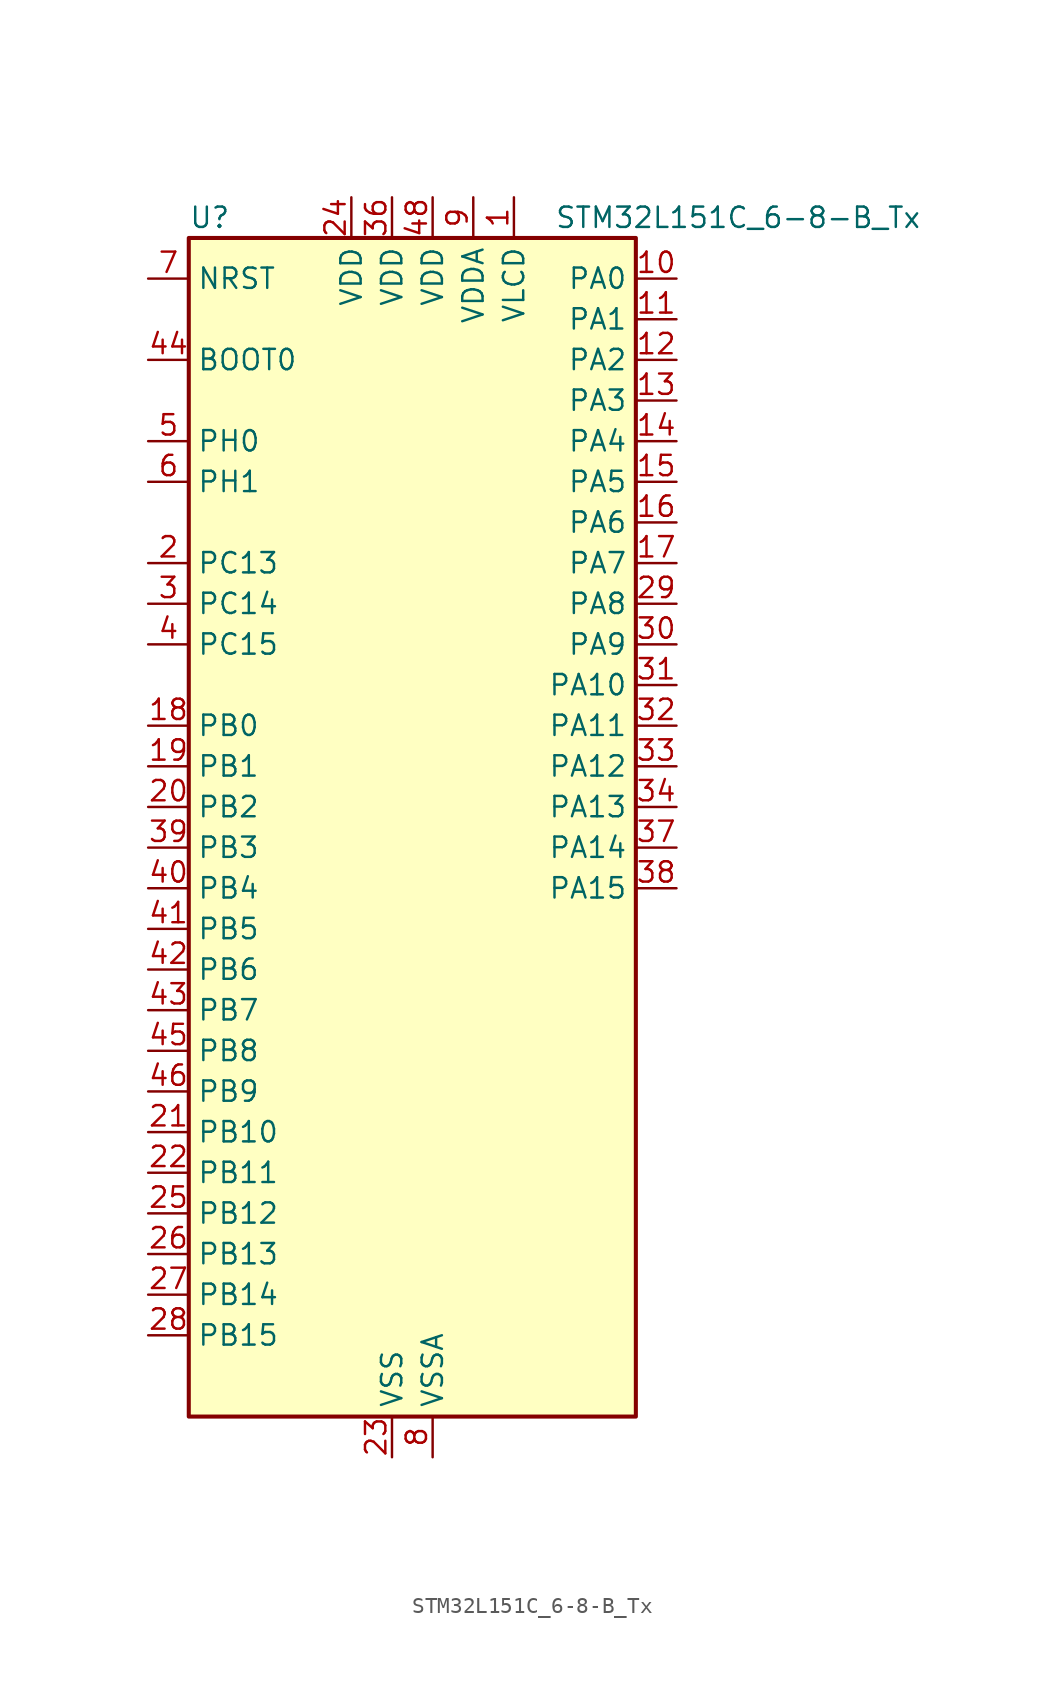
<source format=kicad_sym>
(kicad_symbol_lib
  (version 20220914)
  (generator kicad_symbol_editor)
  (symbol "STM32L151C_6-8-B_Tx"
    (property "Reference" "U"
      (at -12.7 39.37 0)
      (effects (font (size 1.27 1.27)) (justify left)))
    (property "Value" "STM32L151C_6-8-B_Tx"
      (at 10.16 39.37 0)
      (effects (font (size 1.27 1.27)) (justify left)))
    (property "ki_locked" ""
      (at 0 0 0)
      (effects (font (size 1.27 1.27))))
    (symbol "STM32L151C_6-8-B_Tx_0_1"
      (rectangle (start -12.7 -35.56) (end 15.24 38.1) (stroke (width 0.254) (type default)) (fill (type background))))
    (symbol "STM32L151C_6-8-B_Tx_1_1"
      (pin power_in line (at 7.62 40.64 270) (length 2.54) (name "VLCD" (effects (font (size 1.27 1.27)))) (number "1" (effects (font (size 1.27 1.27)))))
      (pin bidirectional line (at 17.78 35.56 180) (length 2.54) (name "PA0" (effects (font (size 1.27 1.27)))) (number "10" (effects (font (size 1.27 1.27)))) (alternate "ADC_IN0" bidirectional line) (alternate "COMP1_INP" bidirectional line) (alternate "SYS_WKUP1" bidirectional line) (alternate "TIM2_CH1" bidirectional line) (alternate "TIM2_ETR" bidirectional line) (alternate "TIMX_IC1" bidirectional line) (alternate "TS_G1_IO1" bidirectional line) (alternate "USART2_CTS" bidirectional line))
      (pin bidirectional line (at 17.78 33.02 180) (length 2.54) (name "PA1" (effects (font (size 1.27 1.27)))) (number "11" (effects (font (size 1.27 1.27)))) (alternate "ADC_IN1" bidirectional line) (alternate "COMP1_INP" bidirectional line) (alternate "TIM2_CH2" bidirectional line) (alternate "TIMX_IC2" bidirectional line) (alternate "TS_G1_IO2" bidirectional line) (alternate "USART2_RTS" bidirectional line))
      (pin bidirectional line (at 17.78 30.48 180) (length 2.54) (name "PA2" (effects (font (size 1.27 1.27)))) (number "12" (effects (font (size 1.27 1.27)))) (alternate "ADC_IN2" bidirectional line) (alternate "COMP1_INP" bidirectional line) (alternate "TIM2_CH3" bidirectional line) (alternate "TIM9_CH1" bidirectional line) (alternate "TIMX_IC3" bidirectional line) (alternate "TS_G1_IO3" bidirectional line) (alternate "USART2_TX" bidirectional line))
      (pin bidirectional line (at 17.78 27.94 180) (length 2.54) (name "PA3" (effects (font (size 1.27 1.27)))) (number "13" (effects (font (size 1.27 1.27)))) (alternate "ADC_IN3" bidirectional line) (alternate "COMP1_INP" bidirectional line) (alternate "TIM2_CH4" bidirectional line) (alternate "TIM9_CH2" bidirectional line) (alternate "TIMX_IC4" bidirectional line) (alternate "TS_G1_IO4" bidirectional line) (alternate "USART2_RX" bidirectional line))
      (pin bidirectional line (at 17.78 25.4 180) (length 2.54) (name "PA4" (effects (font (size 1.27 1.27)))) (number "14" (effects (font (size 1.27 1.27)))) (alternate "ADC_IN4" bidirectional line) (alternate "COMP1_INP" bidirectional line) (alternate "DAC_OUT1" bidirectional line) (alternate "SPI1_NSS" bidirectional line) (alternate "TIMX_IC1" bidirectional line) (alternate "USART2_CK" bidirectional line))
      (pin bidirectional line (at 17.78 22.86 180) (length 2.54) (name "PA5" (effects (font (size 1.27 1.27)))) (number "15" (effects (font (size 1.27 1.27)))) (alternate "ADC_IN5" bidirectional line) (alternate "COMP1_INP" bidirectional line) (alternate "DAC_OUT2" bidirectional line) (alternate "SPI1_SCK" bidirectional line) (alternate "TIM2_CH1" bidirectional line) (alternate "TIM2_ETR" bidirectional line) (alternate "TIMX_IC2" bidirectional line))
      (pin bidirectional line (at 17.78 20.32 180) (length 2.54) (name "PA6" (effects (font (size 1.27 1.27)))) (number "16" (effects (font (size 1.27 1.27)))) (alternate "ADC_IN6" bidirectional line) (alternate "COMP1_INP" bidirectional line) (alternate "SPI1_MISO" bidirectional line) (alternate "TIM10_CH1" bidirectional line) (alternate "TIM3_CH1" bidirectional line) (alternate "TIMX_IC3" bidirectional line) (alternate "TS_G2_IO1" bidirectional line))
      (pin bidirectional line (at 17.78 17.78 180) (length 2.54) (name "PA7" (effects (font (size 1.27 1.27)))) (number "17" (effects (font (size 1.27 1.27)))) (alternate "ADC_IN7" bidirectional line) (alternate "COMP1_INP" bidirectional line) (alternate "SPI1_MOSI" bidirectional line) (alternate "TIM11_CH1" bidirectional line) (alternate "TIM3_CH2" bidirectional line) (alternate "TIMX_IC4" bidirectional line) (alternate "TS_G2_IO2" bidirectional line))
      (pin bidirectional line (at -15.24 7.62 0) (length 2.54) (name "PB0" (effects (font (size 1.27 1.27)))) (number "18" (effects (font (size 1.27 1.27)))) (alternate "ADC_IN8" bidirectional line) (alternate "COMP1_INP" bidirectional line) (alternate "SYS_V_REF_OUT" bidirectional line) (alternate "TIM3_CH3" bidirectional line) (alternate "TS_G3_IO1" bidirectional line))
      (pin bidirectional line (at -15.24 5.08 0) (length 2.54) (name "PB1" (effects (font (size 1.27 1.27)))) (number "19" (effects (font (size 1.27 1.27)))) (alternate "ADC_IN9" bidirectional line) (alternate "COMP1_INP" bidirectional line) (alternate "SYS_V_REF_OUT" bidirectional line) (alternate "TIM3_CH4" bidirectional line) (alternate "TS_G3_IO2" bidirectional line))
      (pin bidirectional line (at -15.24 17.78 0) (length 2.54) (name "PC13" (effects (font (size 1.27 1.27)))) (number "2" (effects (font (size 1.27 1.27)))) (alternate "RTC_OUT_ALARM" bidirectional line) (alternate "RTC_OUT_CALIB" bidirectional line) (alternate "RTC_TAMP1" bidirectional line) (alternate "RTC_TS" bidirectional line) (alternate "SYS_WKUP2" bidirectional line) (alternate "TIMX_IC2" bidirectional line))
      (pin bidirectional line (at -15.24 2.54 0) (length 2.54) (name "PB2" (effects (font (size 1.27 1.27)))) (number "20" (effects (font (size 1.27 1.27)))))
      (pin bidirectional line (at -15.24 -17.78 0) (length 2.54) (name "PB10" (effects (font (size 1.27 1.27)))) (number "21" (effects (font (size 1.27 1.27)))) (alternate "I2C2_SCL" bidirectional line) (alternate "TIM2_CH3" bidirectional line) (alternate "USART3_TX" bidirectional line))
      (pin bidirectional line (at -15.24 -20.32 0) (length 2.54) (name "PB11" (effects (font (size 1.27 1.27)))) (number "22" (effects (font (size 1.27 1.27)))) (alternate "ADC_EXTI11" bidirectional line) (alternate "I2C2_SDA" bidirectional line) (alternate "TIM2_CH4" bidirectional line) (alternate "USART3_RX" bidirectional line))
      (pin power_in line (at 0 -38.1 90) (length 2.54) (name "VSS" (effects (font (size 1.27 1.27)))) (number "23" (effects (font (size 1.27 1.27)))))
      (pin power_in line (at -2.54 40.64 270) (length 2.54) (name "VDD" (effects (font (size 1.27 1.27)))) (number "24" (effects (font (size 1.27 1.27)))))
      (pin bidirectional line (at -15.24 -22.86 0) (length 2.54) (name "PB12" (effects (font (size 1.27 1.27)))) (number "25" (effects (font (size 1.27 1.27)))) (alternate "ADC_IN18" bidirectional line) (alternate "COMP1_INP" bidirectional line) (alternate "I2C2_SMBA" bidirectional line) (alternate "SPI2_NSS" bidirectional line) (alternate "TIM10_CH1" bidirectional line) (alternate "TS_G7_IO1" bidirectional line) (alternate "USART3_CK" bidirectional line))
      (pin bidirectional line (at -15.24 -25.4 0) (length 2.54) (name "PB13" (effects (font (size 1.27 1.27)))) (number "26" (effects (font (size 1.27 1.27)))) (alternate "ADC_IN19" bidirectional line) (alternate "COMP1_INP" bidirectional line) (alternate "SPI2_SCK" bidirectional line) (alternate "TIM9_CH1" bidirectional line) (alternate "TS_G7_IO2" bidirectional line) (alternate "USART3_CTS" bidirectional line))
      (pin bidirectional line (at -15.24 -27.94 0) (length 2.54) (name "PB14" (effects (font (size 1.27 1.27)))) (number "27" (effects (font (size 1.27 1.27)))) (alternate "ADC_IN20" bidirectional line) (alternate "COMP1_INP" bidirectional line) (alternate "SPI2_MISO" bidirectional line) (alternate "TIM9_CH2" bidirectional line) (alternate "TS_G7_IO3" bidirectional line) (alternate "USART3_RTS" bidirectional line))
      (pin bidirectional line (at -15.24 -30.48 0) (length 2.54) (name "PB15" (effects (font (size 1.27 1.27)))) (number "28" (effects (font (size 1.27 1.27)))) (alternate "ADC_EXTI15" bidirectional line) (alternate "ADC_IN21" bidirectional line) (alternate "COMP1_INP" bidirectional line) (alternate "RTC_REFIN" bidirectional line) (alternate "SPI2_MOSI" bidirectional line) (alternate "TIM11_CH1" bidirectional line) (alternate "TS_G7_IO4" bidirectional line))
      (pin bidirectional line (at 17.78 15.24 180) (length 2.54) (name "PA8" (effects (font (size 1.27 1.27)))) (number "29" (effects (font (size 1.27 1.27)))) (alternate "RCC_MCO" bidirectional line) (alternate "TIMX_IC1" bidirectional line) (alternate "TS_G4_IO1" bidirectional line) (alternate "USART1_CK" bidirectional line))
      (pin bidirectional line (at -15.24 15.24 0) (length 2.54) (name "PC14" (effects (font (size 1.27 1.27)))) (number "3" (effects (font (size 1.27 1.27)))) (alternate "RCC_OSC32_IN" bidirectional line) (alternate "TIMX_IC3" bidirectional line))
      (pin bidirectional line (at 17.78 12.7 180) (length 2.54) (name "PA9" (effects (font (size 1.27 1.27)))) (number "30" (effects (font (size 1.27 1.27)))) (alternate "DAC_EXTI9" bidirectional line) (alternate "TIMX_IC2" bidirectional line) (alternate "TS_G4_IO2" bidirectional line) (alternate "USART1_TX" bidirectional line))
      (pin bidirectional line (at 17.78 10.16 180) (length 2.54) (name "PA10" (effects (font (size 1.27 1.27)))) (number "31" (effects (font (size 1.27 1.27)))) (alternate "TIMX_IC3" bidirectional line) (alternate "TS_G4_IO3" bidirectional line) (alternate "USART1_RX" bidirectional line))
      (pin bidirectional line (at 17.78 7.62 180) (length 2.54) (name "PA11" (effects (font (size 1.27 1.27)))) (number "32" (effects (font (size 1.27 1.27)))) (alternate "ADC_EXTI11" bidirectional line) (alternate "SPI1_MISO" bidirectional line) (alternate "TIMX_IC4" bidirectional line) (alternate "USART1_CTS" bidirectional line) (alternate "USB_DM" bidirectional line))
      (pin bidirectional line (at 17.78 5.08 180) (length 2.54) (name "PA12" (effects (font (size 1.27 1.27)))) (number "33" (effects (font (size 1.27 1.27)))) (alternate "SPI1_MOSI" bidirectional line) (alternate "TIMX_IC1" bidirectional line) (alternate "USART1_RTS" bidirectional line) (alternate "USB_DP" bidirectional line))
      (pin bidirectional line (at 17.78 2.54 180) (length 2.54) (name "PA13" (effects (font (size 1.27 1.27)))) (number "34" (effects (font (size 1.27 1.27)))) (alternate "SYS_JTMS-SWDIO" bidirectional line) (alternate "TIMX_IC2" bidirectional line) (alternate "TS_G5_IO1" bidirectional line))
      (pin passive line (at 0 -38.1 90) (length 2.54) hide (name "VSS" (effects (font (size 1.27 1.27)))) (number "35" (effects (font (size 1.27 1.27)))))
      (pin power_in line (at 0 40.64 270) (length 2.54) (name "VDD" (effects (font (size 1.27 1.27)))) (number "36" (effects (font (size 1.27 1.27)))))
      (pin bidirectional line (at 17.78 0 180) (length 2.54) (name "PA14" (effects (font (size 1.27 1.27)))) (number "37" (effects (font (size 1.27 1.27)))) (alternate "SYS_JTCK-SWCLK" bidirectional line) (alternate "TIMX_IC3" bidirectional line) (alternate "TS_G5_IO2" bidirectional line))
      (pin bidirectional line (at 17.78 -2.54 180) (length 2.54) (name "PA15" (effects (font (size 1.27 1.27)))) (number "38" (effects (font (size 1.27 1.27)))) (alternate "ADC_EXTI15" bidirectional line) (alternate "SPI1_NSS" bidirectional line) (alternate "SYS_JTDI" bidirectional line) (alternate "TIM2_CH1" bidirectional line) (alternate "TIM2_ETR" bidirectional line) (alternate "TIMX_IC4" bidirectional line) (alternate "TS_G5_IO3" bidirectional line))
      (pin bidirectional line (at -15.24 0 0) (length 2.54) (name "PB3" (effects (font (size 1.27 1.27)))) (number "39" (effects (font (size 1.27 1.27)))) (alternate "COMP2_INM" bidirectional line) (alternate "SPI1_SCK" bidirectional line) (alternate "SYS_JTDO-TRACESWO" bidirectional line) (alternate "TIM2_CH2" bidirectional line))
      (pin bidirectional line (at -15.24 12.7 0) (length 2.54) (name "PC15" (effects (font (size 1.27 1.27)))) (number "4" (effects (font (size 1.27 1.27)))) (alternate "ADC_EXTI15" bidirectional line) (alternate "RCC_OSC32_OUT" bidirectional line) (alternate "TIMX_IC4" bidirectional line))
      (pin bidirectional line (at -15.24 -2.54 0) (length 2.54) (name "PB4" (effects (font (size 1.27 1.27)))) (number "40" (effects (font (size 1.27 1.27)))) (alternate "COMP2_INP" bidirectional line) (alternate "SPI1_MISO" bidirectional line) (alternate "SYS_JTRST" bidirectional line) (alternate "TIM3_CH1" bidirectional line) (alternate "TS_G6_IO1" bidirectional line))
      (pin bidirectional line (at -15.24 -5.08 0) (length 2.54) (name "PB5" (effects (font (size 1.27 1.27)))) (number "41" (effects (font (size 1.27 1.27)))) (alternate "COMP2_INP" bidirectional line) (alternate "I2C1_SMBA" bidirectional line) (alternate "SPI1_MOSI" bidirectional line) (alternate "TIM3_CH2" bidirectional line) (alternate "TS_G6_IO2" bidirectional line))
      (pin bidirectional line (at -15.24 -7.62 0) (length 2.54) (name "PB6" (effects (font (size 1.27 1.27)))) (number "42" (effects (font (size 1.27 1.27)))) (alternate "I2C1_SCL" bidirectional line) (alternate "TIM4_CH1" bidirectional line) (alternate "USART1_TX" bidirectional line))
      (pin bidirectional line (at -15.24 -10.16 0) (length 2.54) (name "PB7" (effects (font (size 1.27 1.27)))) (number "43" (effects (font (size 1.27 1.27)))) (alternate "I2C1_SDA" bidirectional line) (alternate "SYS_PVD_IN" bidirectional line) (alternate "TIM4_CH2" bidirectional line) (alternate "USART1_RX" bidirectional line))
      (pin input line (at -15.24 30.48 0) (length 2.54) (name "BOOT0" (effects (font (size 1.27 1.27)))) (number "44" (effects (font (size 1.27 1.27)))))
      (pin bidirectional line (at -15.24 -12.7 0) (length 2.54) (name "PB8" (effects (font (size 1.27 1.27)))) (number "45" (effects (font (size 1.27 1.27)))) (alternate "I2C1_SCL" bidirectional line) (alternate "TIM10_CH1" bidirectional line) (alternate "TIM4_CH3" bidirectional line))
      (pin bidirectional line (at -15.24 -15.24 0) (length 2.54) (name "PB9" (effects (font (size 1.27 1.27)))) (number "46" (effects (font (size 1.27 1.27)))) (alternate "DAC_EXTI9" bidirectional line) (alternate "I2C1_SDA" bidirectional line) (alternate "TIM11_CH1" bidirectional line) (alternate "TIM4_CH4" bidirectional line))
      (pin passive line (at 0 -38.1 90) (length 2.54) hide (name "VSS" (effects (font (size 1.27 1.27)))) (number "47" (effects (font (size 1.27 1.27)))))
      (pin power_in line (at 2.54 40.64 270) (length 2.54) (name "VDD" (effects (font (size 1.27 1.27)))) (number "48" (effects (font (size 1.27 1.27)))))
      (pin bidirectional line (at -15.24 25.4 0) (length 2.54) (name "PH0" (effects (font (size 1.27 1.27)))) (number "5" (effects (font (size 1.27 1.27)))) (alternate "RCC_OSC_IN" bidirectional line))
      (pin bidirectional line (at -15.24 22.86 0) (length 2.54) (name "PH1" (effects (font (size 1.27 1.27)))) (number "6" (effects (font (size 1.27 1.27)))) (alternate "RCC_OSC_OUT" bidirectional line))
      (pin input line (at -15.24 35.56 0) (length 2.54) (name "NRST" (effects (font (size 1.27 1.27)))) (number "7" (effects (font (size 1.27 1.27)))))
      (pin power_in line (at 2.54 -38.1 90) (length 2.54) (name "VSSA" (effects (font (size 1.27 1.27)))) (number "8" (effects (font (size 1.27 1.27)))))
      (pin power_in line (at 5.08 40.64 270) (length 2.54) (name "VDDA" (effects (font (size 1.27 1.27)))) (number "9" (effects (font (size 1.27 1.27))))))))
</source>
